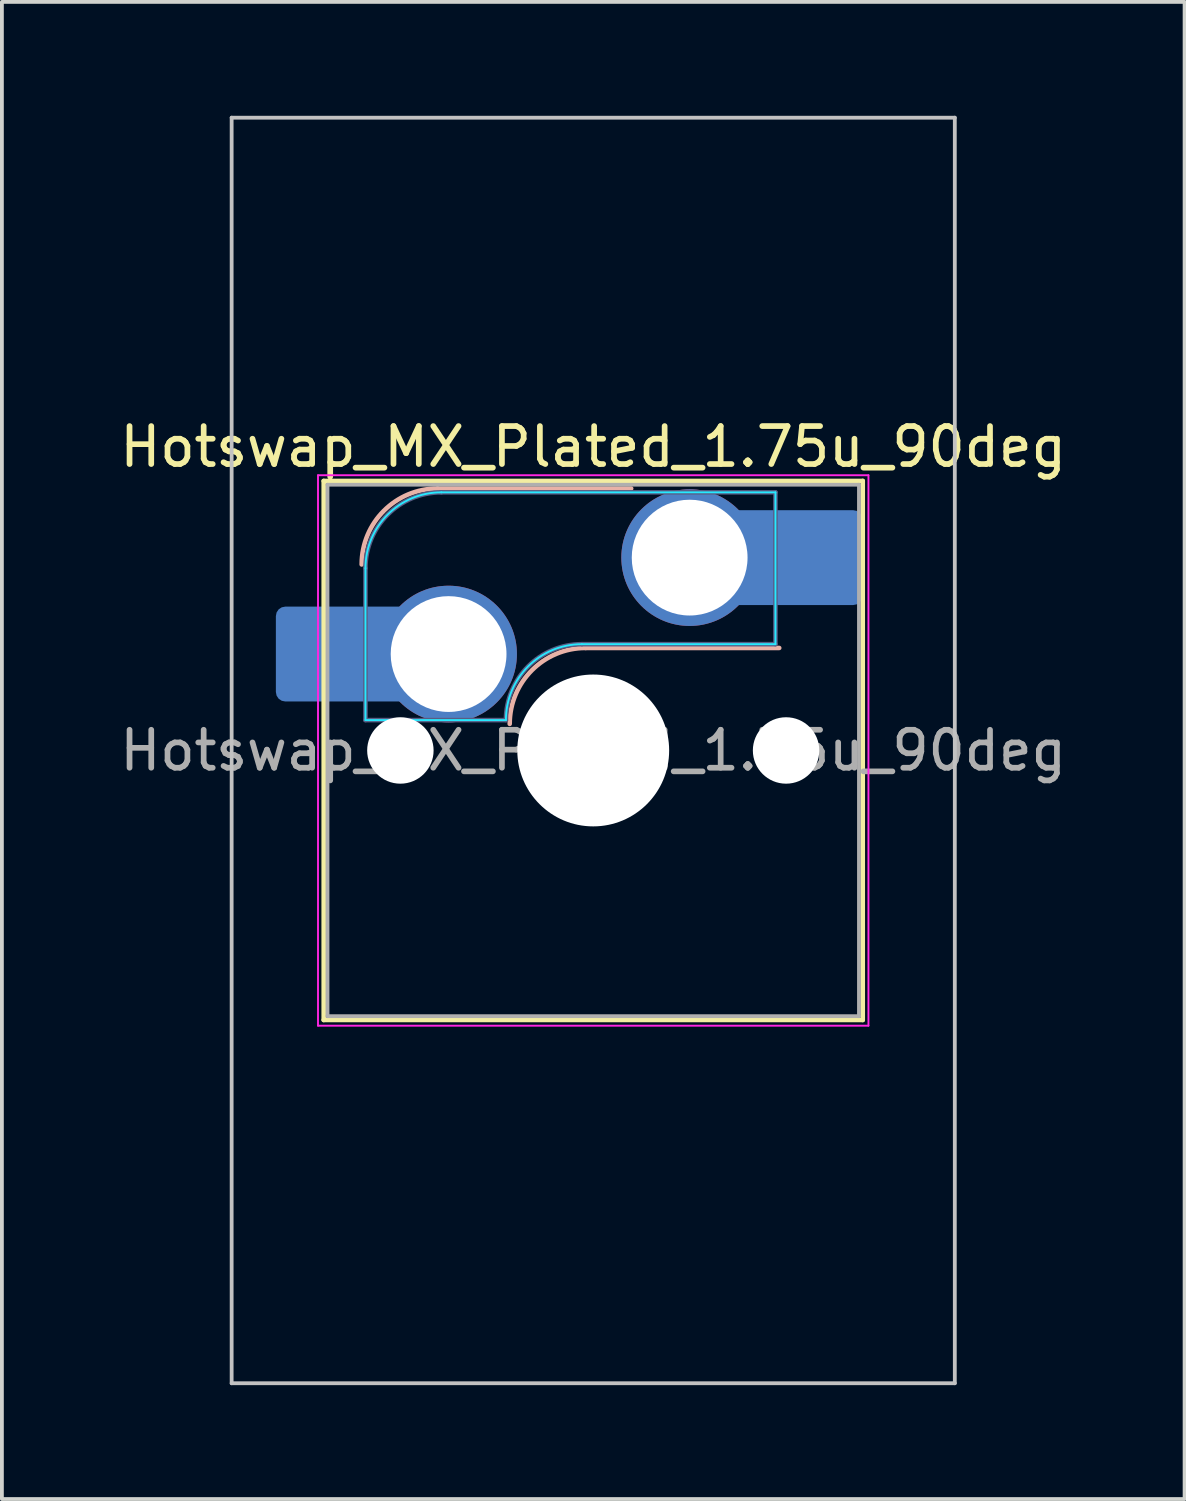
<source format=kicad_pcb>
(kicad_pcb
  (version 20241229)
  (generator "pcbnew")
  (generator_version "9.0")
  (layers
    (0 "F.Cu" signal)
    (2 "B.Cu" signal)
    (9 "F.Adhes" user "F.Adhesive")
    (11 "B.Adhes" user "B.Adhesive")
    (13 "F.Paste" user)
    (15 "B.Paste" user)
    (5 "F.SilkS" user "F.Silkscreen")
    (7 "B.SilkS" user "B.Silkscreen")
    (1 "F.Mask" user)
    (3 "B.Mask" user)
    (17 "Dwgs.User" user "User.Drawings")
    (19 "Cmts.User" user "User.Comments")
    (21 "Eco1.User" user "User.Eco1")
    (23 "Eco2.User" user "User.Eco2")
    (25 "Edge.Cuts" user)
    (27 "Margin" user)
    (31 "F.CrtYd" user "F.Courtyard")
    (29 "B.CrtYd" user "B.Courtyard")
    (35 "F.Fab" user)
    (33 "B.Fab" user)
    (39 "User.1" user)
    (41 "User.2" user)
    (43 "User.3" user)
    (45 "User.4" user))
  (footprint "Hotswap_MX_Plated_1.75u_90deg"
    (layer "F.Cu")
    (at 12.577 16.719)
    (property "Reference" "Hotswap_MX_Plated_1.75u_90deg" (at 0 -8 0) (layer "F.SilkS") (effects (font (size 1 1) (thickness 0.15))))
    (attr smd)
    (fp_line (start -7.1 -7.1) (end -7.1 7.1) (stroke (width 0.12) (type solid)) (layer "F.SilkS"))
    (fp_line (start -7.1 7.1) (end 7.1 7.1) (stroke (width 0.12) (type solid)) (layer "F.SilkS"))
    (fp_line (start 7.1 -7.1) (end -7.1 -7.1) (stroke (width 0.12) (type solid)) (layer "F.SilkS"))
    (fp_line (start 7.1 7.1) (end 7.1 -7.1) (stroke (width 0.12) (type solid)) (layer "F.SilkS"))
    (fp_line (start -4.1 -6.9) (end 1 -6.9) (stroke (width 0.12) (type solid)) (layer "B.SilkS"))
    (fp_line (start -0.2 -2.7) (end 4.9 -2.7) (stroke (width 0.12) (type solid)) (layer "B.SilkS"))
    (fp_arc (start -6.1 -4.9) (mid -5.514214 -6.314214) (end -4.1 -6.9) (stroke (width 0.12) (type solid)) (layer "B.SilkS"))
    (fp_arc (start -2.2 -0.7) (mid -1.614214 -2.114214) (end -0.2 -2.7) (stroke (width 0.12) (type solid)) (layer "B.SilkS"))
    (fp_line (start -9.525 -16.669) (end 9.525 -16.669) (stroke (width 0.1) (type solid)) (layer "Dwgs.User"))
    (fp_line (start -9.525 16.669) (end -9.525 -16.669) (stroke (width 0.1) (type solid)) (layer "Dwgs.User"))
    (fp_line (start 9.525 -16.669) (end 9.525 16.669) (stroke (width 0.1) (type solid)) (layer "Dwgs.User"))
    (fp_line (start 9.525 16.669) (end -9.525 16.669) (stroke (width 0.1) (type solid)) (layer "Dwgs.User"))
    (fp_line (start -7.8 -6) (end -7 -6) (stroke (width 0.1) (type solid)) (layer "Eco1.User"))
    (fp_line (start -7.8 -2.9) (end -7.8 -6) (stroke (width 0.1) (type solid)) (layer "Eco1.User"))
    (fp_line (start -7.8 2.9) (end -7 2.9) (stroke (width 0.1) (type solid)) (layer "Eco1.User"))
    (fp_line (start -7.8 6) (end -7.8 2.9) (stroke (width 0.1) (type solid)) (layer "Eco1.User"))
    (fp_line (start -7 -7) (end 7 -7) (stroke (width 0.1) (type solid)) (layer "Eco1.User"))
    (fp_line (start -7 -6) (end -7 -7) (stroke (width 0.1) (type solid)) (layer "Eco1.User"))
    (fp_line (start -7 -2.9) (end -7.8 -2.9) (stroke (width 0.1) (type solid)) (layer "Eco1.User"))
    (fp_line (start -7 2.9) (end -7 -2.9) (stroke (width 0.1) (type solid)) (layer "Eco1.User"))
    (fp_line (start -7 6) (end -7.8 6) (stroke (width 0.1) (type solid)) (layer "Eco1.User"))
    (fp_line (start -7 7) (end -7 6) (stroke (width 0.1) (type solid)) (layer "Eco1.User"))
    (fp_line (start 7 -7) (end 7 -6) (stroke (width 0.1) (type solid)) (layer "Eco1.User"))
    (fp_line (start 7 -6) (end 7.8 -6) (stroke (width 0.1) (type solid)) (layer "Eco1.User"))
    (fp_line (start 7 -2.9) (end 7 2.9) (stroke (width 0.1) (type solid)) (layer "Eco1.User"))
    (fp_line (start 7 2.9) (end 7.8 2.9) (stroke (width 0.1) (type solid)) (layer "Eco1.User"))
    (fp_line (start 7 6) (end 7 7) (stroke (width 0.1) (type solid)) (layer "Eco1.User"))
    (fp_line (start 7 7) (end -7 7) (stroke (width 0.1) (type solid)) (layer "Eco1.User"))
    (fp_line (start 7.8 -6) (end 7.8 -2.9) (stroke (width 0.1) (type solid)) (layer "Eco1.User"))
    (fp_line (start 7.8 -2.9) (end 7 -2.9) (stroke (width 0.1) (type solid)) (layer "Eco1.User"))
    (fp_line (start 7.8 2.9) (end 7.8 6) (stroke (width 0.1) (type solid)) (layer "Eco1.User"))
    (fp_line (start 7.8 6) (end 7 6) (stroke (width 0.1) (type solid)) (layer "Eco1.User"))
    (fp_line (start -6 -0.8) (end -6 -4.8) (stroke (width 0.05) (type solid)) (layer "B.CrtYd"))
    (fp_line (start -6 -0.8) (end -2.3 -0.8) (stroke (width 0.05) (type solid)) (layer "B.CrtYd"))
    (fp_line (start -4 -6.8) (end 4.8 -6.8) (stroke (width 0.05) (type solid)) (layer "B.CrtYd"))
    (fp_line (start -0.3 -2.8) (end 4.8 -2.8) (stroke (width 0.05) (type solid)) (layer "B.CrtYd"))
    (fp_line (start 4.8 -6.8) (end 4.8 -2.8) (stroke (width 0.05) (type solid)) (layer "B.CrtYd"))
    (fp_arc (start -6 -4.8) (mid -5.414214 -6.214214) (end -4 -6.8) (stroke (width 0.05) (type solid)) (layer "B.CrtYd"))
    (fp_arc (start -2.3 -0.8) (mid -1.714214 -2.214214) (end -0.3 -2.8) (stroke (width 0.05) (type solid)) (layer "B.CrtYd"))
    (fp_line (start -7.25 -7.25) (end -7.25 7.25) (stroke (width 0.05) (type solid)) (layer "F.CrtYd"))
    (fp_line (start -7.25 7.25) (end 7.25 7.25) (stroke (width 0.05) (type solid)) (layer "F.CrtYd"))
    (fp_line (start 7.25 -7.25) (end -7.25 -7.25) (stroke (width 0.05) (type solid)) (layer "F.CrtYd"))
    (fp_line (start 7.25 7.25) (end 7.25 -7.25) (stroke (width 0.05) (type solid)) (layer "F.CrtYd"))
    (fp_line (start -6 -0.8) (end -6 -4.8) (stroke (width 0.12) (type solid)) (layer "B.Fab"))
    (fp_line (start -6 -0.8) (end -2.3 -0.8) (stroke (width 0.12) (type solid)) (layer "B.Fab"))
    (fp_line (start -4 -6.8) (end 4.8 -6.8) (stroke (width 0.12) (type solid)) (layer "B.Fab"))
    (fp_line (start -0.3 -2.8) (end 4.8 -2.8) (stroke (width 0.12) (type solid)) (layer "B.Fab"))
    (fp_line (start 4.8 -6.8) (end 4.8 -2.8) (stroke (width 0.12) (type solid)) (layer "B.Fab"))
    (fp_arc (start -6 -4.8) (mid -5.414214 -6.214214) (end -4 -6.8) (stroke (width 0.12) (type solid)) (layer "B.Fab"))
    (fp_arc (start -2.3 -0.8) (mid -1.714214 -2.214214) (end -0.3 -2.8) (stroke (width 0.12) (type solid)) (layer "B.Fab"))
    (fp_line (start -7 -7) (end -7 7) (stroke (width 0.1) (type solid)) (layer "F.Fab"))
    (fp_line (start -7 7) (end 7 7) (stroke (width 0.1) (type solid)) (layer "F.Fab"))
    (fp_line (start 7 -7) (end -7 -7) (stroke (width 0.1) (type solid)) (layer "F.Fab"))
    (fp_line (start 7 7) (end 7 -7) (stroke (width 0.1) (type solid)) (layer "F.Fab"))
    (fp_text user "${REFERENCE}" (at 0 0 0) (layer "F.Fab") (effects (font (size 1 1) (thickness 0.15))))
    (pad "" smd roundrect (at -7.085 -2.54) (size 2.55 2.5) (layers "B.Mask" "B.Paste") (roundrect_rratio 0.1))
    (pad "" np_thru_hole circle (at -5.08 0) (size 1.75 1.75) (drill 1.75) (layers "*.Cu" "*.Mask"))
    (pad "" np_thru_hole circle (at 0 0) (size 4 4) (drill 4) (layers "*.Cu" "*.Mask"))
    (pad "" np_thru_hole circle (at 5.08 0) (size 1.75 1.75) (drill 1.75) (layers "*.Cu" "*.Mask"))
    (pad "" smd roundrect (at 5.842 -5.08) (size 2.55 2.5) (layers "B.Mask" "B.Paste") (roundrect_rratio 0.1))
    (pad "1" smd roundrect (at -6.585 -2.54) (size 3.55 2.5) (layers "B.Cu") (roundrect_rratio 0.1))
    (pad "1" thru_hole circle (at -3.81 -2.54) (size 3.6 3.6) (drill 3.05) (layers "*.Cu" "*.Mask"))
    (pad "2" thru_hole circle (at 2.54 -5.08) (size 3.6 3.6) (drill 3.05) (layers "*.Cu" "*.Mask"))
    (pad "2" smd roundrect (at 5.32 -5.08) (size 3.55 2.5) (layers "B.Cu") (roundrect_rratio 0.1)))
  (gr_rect
    (start -3 -3)
    (end 28.155 36.438)
    (stroke (width 0.1) (type default))
    (fill no)
    (layer "Edge.Cuts")))
</source>
